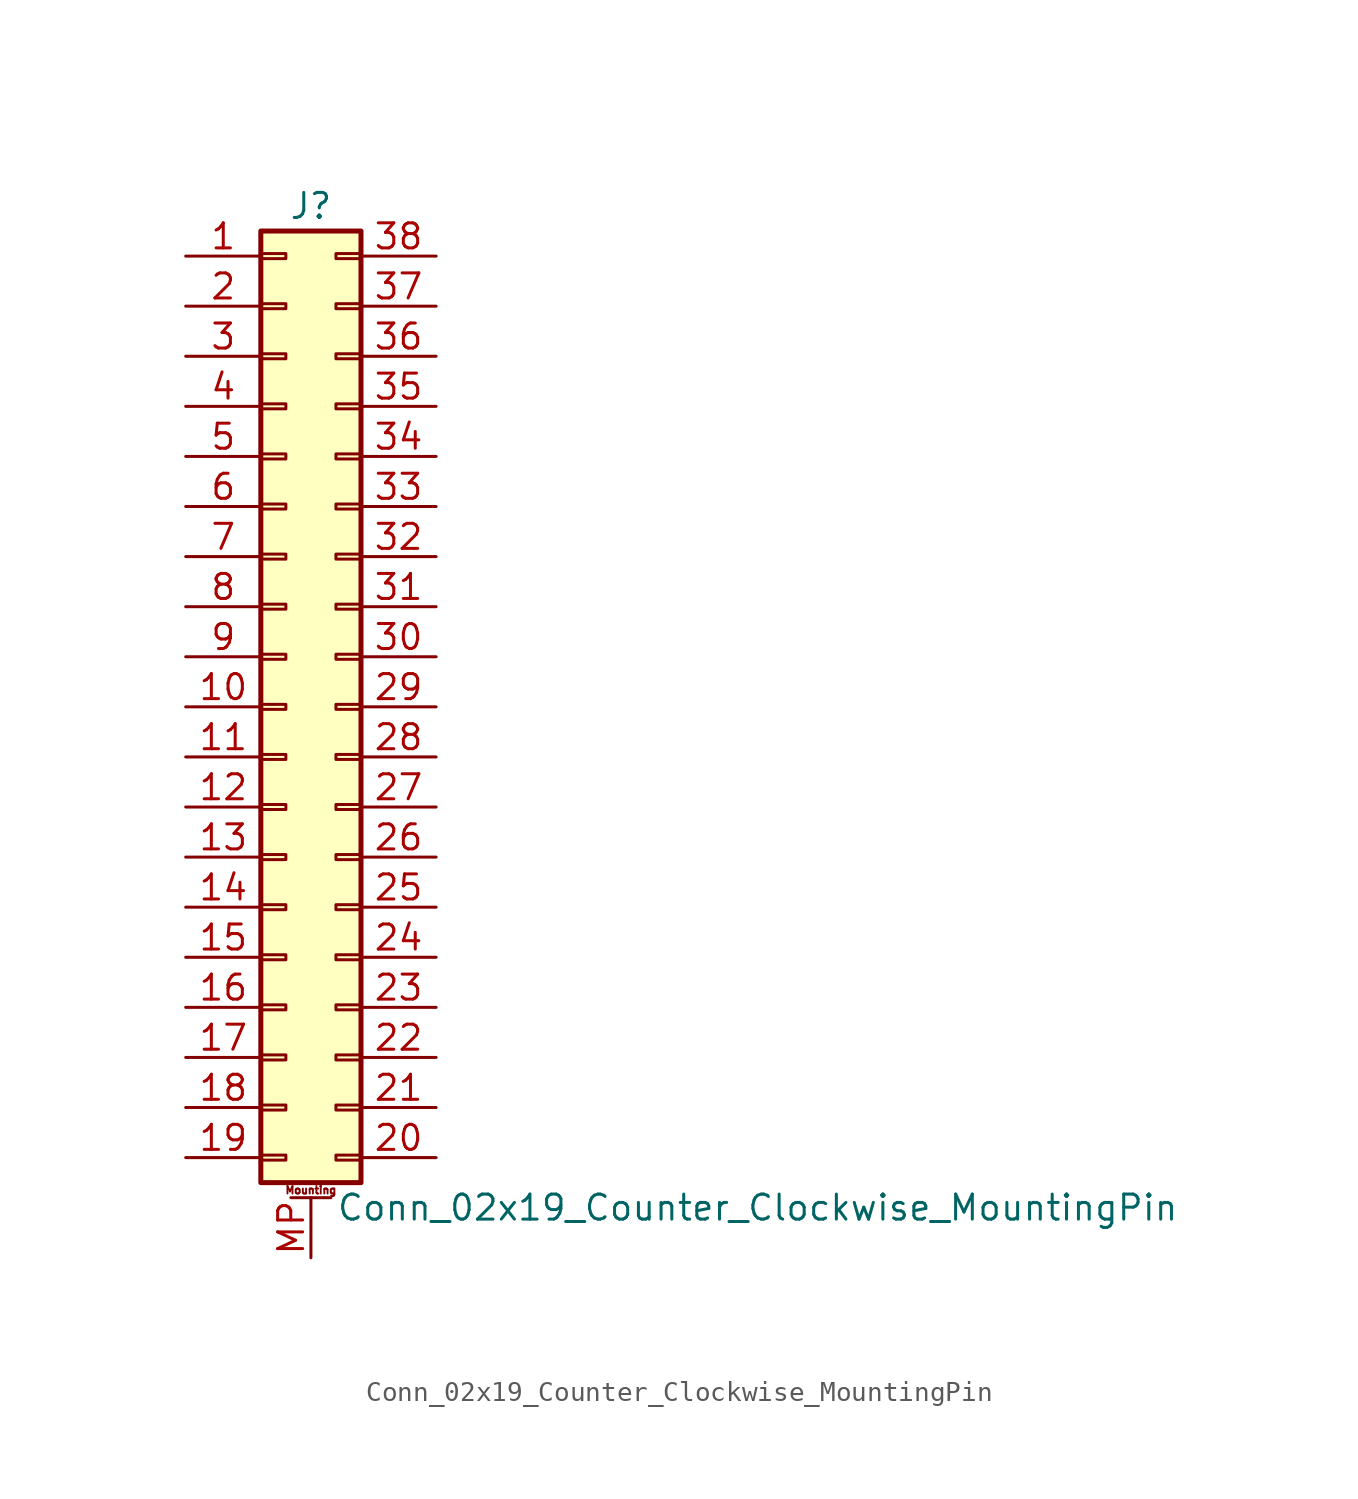
<source format=kicad_sym>
(kicad_symbol_lib
  (version 20201005)
  (generator kicad_symbol_editor)
  (symbol "Conn_02x19_Counter_Clockwise_MountingPin"
    (pin_names
      (offset 1.016) hide)
    (property "Reference" "J"
      (at 1.27 25.4 0)
      (effects (font (size 1.27 1.27))))
    (property "Value" "Conn_02x19_Counter_Clockwise_MountingPin"
      (at 2.54 -25.4 0)
      (effects (font (size 1.27 1.27)) (justify left)))
    (symbol "Conn_02x19_Counter_Clockwise_MountingPin_1_1"
      (text "Mounting" (at 1.27 -24.511 0) (effects (font (size 0.381 0.381))))
      (rectangle (start -1.27 -22.733) (end 0 -22.987) (stroke (width 0.152)) (fill (type none)))
      (rectangle (start -1.27 -20.193) (end 0 -20.447) (stroke (width 0.152)) (fill (type none)))
      (rectangle (start -1.27 -17.653) (end 0 -17.907) (stroke (width 0.152)) (fill (type none)))
      (rectangle (start -1.27 -15.113) (end 0 -15.367) (stroke (width 0.152)) (fill (type none)))
      (rectangle (start -1.27 -12.573) (end 0 -12.827) (stroke (width 0.152)) (fill (type none)))
      (rectangle (start -1.27 -10.033) (end 0 -10.287) (stroke (width 0.152)) (fill (type none)))
      (rectangle (start -1.27 -7.493) (end 0 -7.747) (stroke (width 0.152)) (fill (type none)))
      (rectangle (start -1.27 -4.953) (end 0 -5.207) (stroke (width 0.152)) (fill (type none)))
      (rectangle (start -1.27 -2.413) (end 0 -2.667) (stroke (width 0.152)) (fill (type none)))
      (rectangle (start -1.27 0.127) (end 0 -0.127) (stroke (width 0.152)) (fill (type none)))
      (rectangle (start -1.27 2.667) (end 0 2.413) (stroke (width 0.152)) (fill (type none)))
      (rectangle (start -1.27 5.207) (end 0 4.953) (stroke (width 0.152)) (fill (type none)))
      (rectangle (start -1.27 7.747) (end 0 7.493) (stroke (width 0.152)) (fill (type none)))
      (rectangle (start -1.27 10.287) (end 0 10.033) (stroke (width 0.152)) (fill (type none)))
      (rectangle (start -1.27 12.827) (end 0 12.573) (stroke (width 0.152)) (fill (type none)))
      (rectangle (start -1.27 15.367) (end 0 15.113) (stroke (width 0.152)) (fill (type none)))
      (rectangle (start -1.27 17.907) (end 0 17.653) (stroke (width 0.152)) (fill (type none)))
      (rectangle (start -1.27 20.447) (end 0 20.193) (stroke (width 0.152)) (fill (type none)))
      (rectangle (start -1.27 22.987) (end 0 22.733) (stroke (width 0.152)) (fill (type none)))
      (rectangle (start -1.27 24.13) (end 3.81 -24.13) (stroke (width 0.254)) (fill (type background)))
      (rectangle (start 3.81 -22.733) (end 2.54 -22.987) (stroke (width 0.152)) (fill (type none)))
      (rectangle (start 3.81 -20.193) (end 2.54 -20.447) (stroke (width 0.152)) (fill (type none)))
      (rectangle (start 3.81 -17.653) (end 2.54 -17.907) (stroke (width 0.152)) (fill (type none)))
      (rectangle (start 3.81 -15.113) (end 2.54 -15.367) (stroke (width 0.152)) (fill (type none)))
      (rectangle (start 3.81 -12.573) (end 2.54 -12.827) (stroke (width 0.152)) (fill (type none)))
      (rectangle (start 3.81 -10.033) (end 2.54 -10.287) (stroke (width 0.152)) (fill (type none)))
      (rectangle (start 3.81 -7.493) (end 2.54 -7.747) (stroke (width 0.152)) (fill (type none)))
      (rectangle (start 3.81 -4.953) (end 2.54 -5.207) (stroke (width 0.152)) (fill (type none)))
      (rectangle (start 3.81 -2.413) (end 2.54 -2.667) (stroke (width 0.152)) (fill (type none)))
      (rectangle (start 3.81 0.127) (end 2.54 -0.127) (stroke (width 0.152)) (fill (type none)))
      (rectangle (start 3.81 2.667) (end 2.54 2.413) (stroke (width 0.152)) (fill (type none)))
      (rectangle (start 3.81 5.207) (end 2.54 4.953) (stroke (width 0.152)) (fill (type none)))
      (rectangle (start 3.81 7.747) (end 2.54 7.493) (stroke (width 0.152)) (fill (type none)))
      (rectangle (start 3.81 10.287) (end 2.54 10.033) (stroke (width 0.152)) (fill (type none)))
      (rectangle (start 3.81 12.827) (end 2.54 12.573) (stroke (width 0.152)) (fill (type none)))
      (rectangle (start 3.81 15.367) (end 2.54 15.113) (stroke (width 0.152)) (fill (type none)))
      (rectangle (start 3.81 17.907) (end 2.54 17.653) (stroke (width 0.152)) (fill (type none)))
      (rectangle (start 3.81 20.447) (end 2.54 20.193) (stroke (width 0.152)) (fill (type none)))
      (rectangle (start 3.81 22.987) (end 2.54 22.733) (stroke (width 0.152)) (fill (type none)))
      (polyline (pts (xy 0.254 -24.892) (xy 2.286 -24.892)) (stroke (width 0.152)) (fill (type none)))
      (pin passive line (at -5.08 22.86 0) (length 3.81) (name "Pin_1" (effects (font (size 1.27 1.27)))) (number "1" (effects (font (size 1.27 1.27)))))
      (pin passive line (at -5.08 0 0) (length 3.81) (name "Pin_10" (effects (font (size 1.27 1.27)))) (number "10" (effects (font (size 1.27 1.27)))))
      (pin passive line (at -5.08 -2.54 0) (length 3.81) (name "Pin_11" (effects (font (size 1.27 1.27)))) (number "11" (effects (font (size 1.27 1.27)))))
      (pin passive line (at -5.08 -5.08 0) (length 3.81) (name "Pin_12" (effects (font (size 1.27 1.27)))) (number "12" (effects (font (size 1.27 1.27)))))
      (pin passive line (at -5.08 -7.62 0) (length 3.81) (name "Pin_13" (effects (font (size 1.27 1.27)))) (number "13" (effects (font (size 1.27 1.27)))))
      (pin passive line (at -5.08 -10.16 0) (length 3.81) (name "Pin_14" (effects (font (size 1.27 1.27)))) (number "14" (effects (font (size 1.27 1.27)))))
      (pin passive line (at -5.08 -12.7 0) (length 3.81) (name "Pin_15" (effects (font (size 1.27 1.27)))) (number "15" (effects (font (size 1.27 1.27)))))
      (pin passive line (at -5.08 -15.24 0) (length 3.81) (name "Pin_16" (effects (font (size 1.27 1.27)))) (number "16" (effects (font (size 1.27 1.27)))))
      (pin passive line (at -5.08 -17.78 0) (length 3.81) (name "Pin_17" (effects (font (size 1.27 1.27)))) (number "17" (effects (font (size 1.27 1.27)))))
      (pin passive line (at -5.08 -20.32 0) (length 3.81) (name "Pin_18" (effects (font (size 1.27 1.27)))) (number "18" (effects (font (size 1.27 1.27)))))
      (pin passive line (at -5.08 -22.86 0) (length 3.81) (name "Pin_19" (effects (font (size 1.27 1.27)))) (number "19" (effects (font (size 1.27 1.27)))))
      (pin passive line (at -5.08 20.32 0) (length 3.81) (name "Pin_2" (effects (font (size 1.27 1.27)))) (number "2" (effects (font (size 1.27 1.27)))))
      (pin passive line (at 7.62 -22.86 180) (length 3.81) (name "Pin_20" (effects (font (size 1.27 1.27)))) (number "20" (effects (font (size 1.27 1.27)))))
      (pin passive line (at 7.62 -20.32 180) (length 3.81) (name "Pin_21" (effects (font (size 1.27 1.27)))) (number "21" (effects (font (size 1.27 1.27)))))
      (pin passive line (at 7.62 -17.78 180) (length 3.81) (name "Pin_22" (effects (font (size 1.27 1.27)))) (number "22" (effects (font (size 1.27 1.27)))))
      (pin passive line (at 7.62 -15.24 180) (length 3.81) (name "Pin_23" (effects (font (size 1.27 1.27)))) (number "23" (effects (font (size 1.27 1.27)))))
      (pin passive line (at 7.62 -12.7 180) (length 3.81) (name "Pin_24" (effects (font (size 1.27 1.27)))) (number "24" (effects (font (size 1.27 1.27)))))
      (pin passive line (at 7.62 -10.16 180) (length 3.81) (name "Pin_25" (effects (font (size 1.27 1.27)))) (number "25" (effects (font (size 1.27 1.27)))))
      (pin passive line (at 7.62 -7.62 180) (length 3.81) (name "Pin_26" (effects (font (size 1.27 1.27)))) (number "26" (effects (font (size 1.27 1.27)))))
      (pin passive line (at 7.62 -5.08 180) (length 3.81) (name "Pin_27" (effects (font (size 1.27 1.27)))) (number "27" (effects (font (size 1.27 1.27)))))
      (pin passive line (at 7.62 -2.54 180) (length 3.81) (name "Pin_28" (effects (font (size 1.27 1.27)))) (number "28" (effects (font (size 1.27 1.27)))))
      (pin passive line (at 7.62 0 180) (length 3.81) (name "Pin_29" (effects (font (size 1.27 1.27)))) (number "29" (effects (font (size 1.27 1.27)))))
      (pin passive line (at -5.08 17.78 0) (length 3.81) (name "Pin_3" (effects (font (size 1.27 1.27)))) (number "3" (effects (font (size 1.27 1.27)))))
      (pin passive line (at 7.62 2.54 180) (length 3.81) (name "Pin_30" (effects (font (size 1.27 1.27)))) (number "30" (effects (font (size 1.27 1.27)))))
      (pin passive line (at 7.62 5.08 180) (length 3.81) (name "Pin_31" (effects (font (size 1.27 1.27)))) (number "31" (effects (font (size 1.27 1.27)))))
      (pin passive line (at 7.62 7.62 180) (length 3.81) (name "Pin_32" (effects (font (size 1.27 1.27)))) (number "32" (effects (font (size 1.27 1.27)))))
      (pin passive line (at 7.62 10.16 180) (length 3.81) (name "Pin_33" (effects (font (size 1.27 1.27)))) (number "33" (effects (font (size 1.27 1.27)))))
      (pin passive line (at 7.62 12.7 180) (length 3.81) (name "Pin_34" (effects (font (size 1.27 1.27)))) (number "34" (effects (font (size 1.27 1.27)))))
      (pin passive line (at 7.62 15.24 180) (length 3.81) (name "Pin_35" (effects (font (size 1.27 1.27)))) (number "35" (effects (font (size 1.27 1.27)))))
      (pin passive line (at 7.62 17.78 180) (length 3.81) (name "Pin_36" (effects (font (size 1.27 1.27)))) (number "36" (effects (font (size 1.27 1.27)))))
      (pin passive line (at 7.62 20.32 180) (length 3.81) (name "Pin_37" (effects (font (size 1.27 1.27)))) (number "37" (effects (font (size 1.27 1.27)))))
      (pin passive line (at 7.62 22.86 180) (length 3.81) (name "Pin_38" (effects (font (size 1.27 1.27)))) (number "38" (effects (font (size 1.27 1.27)))))
      (pin passive line (at -5.08 15.24 0) (length 3.81) (name "Pin_4" (effects (font (size 1.27 1.27)))) (number "4" (effects (font (size 1.27 1.27)))))
      (pin passive line (at -5.08 12.7 0) (length 3.81) (name "Pin_5" (effects (font (size 1.27 1.27)))) (number "5" (effects (font (size 1.27 1.27)))))
      (pin passive line (at -5.08 10.16 0) (length 3.81) (name "Pin_6" (effects (font (size 1.27 1.27)))) (number "6" (effects (font (size 1.27 1.27)))))
      (pin passive line (at -5.08 7.62 0) (length 3.81) (name "Pin_7" (effects (font (size 1.27 1.27)))) (number "7" (effects (font (size 1.27 1.27)))))
      (pin passive line (at -5.08 5.08 0) (length 3.81) (name "Pin_8" (effects (font (size 1.27 1.27)))) (number "8" (effects (font (size 1.27 1.27)))))
      (pin passive line (at -5.08 2.54 0) (length 3.81) (name "Pin_9" (effects (font (size 1.27 1.27)))) (number "9" (effects (font (size 1.27 1.27)))))
      (pin passive line (at 1.27 -27.94 90) (length 3.048) (name "MountPin" (effects (font (size 1.27 1.27)))) (number "MP" (effects (font (size 1.27 1.27))))))))
</source>
